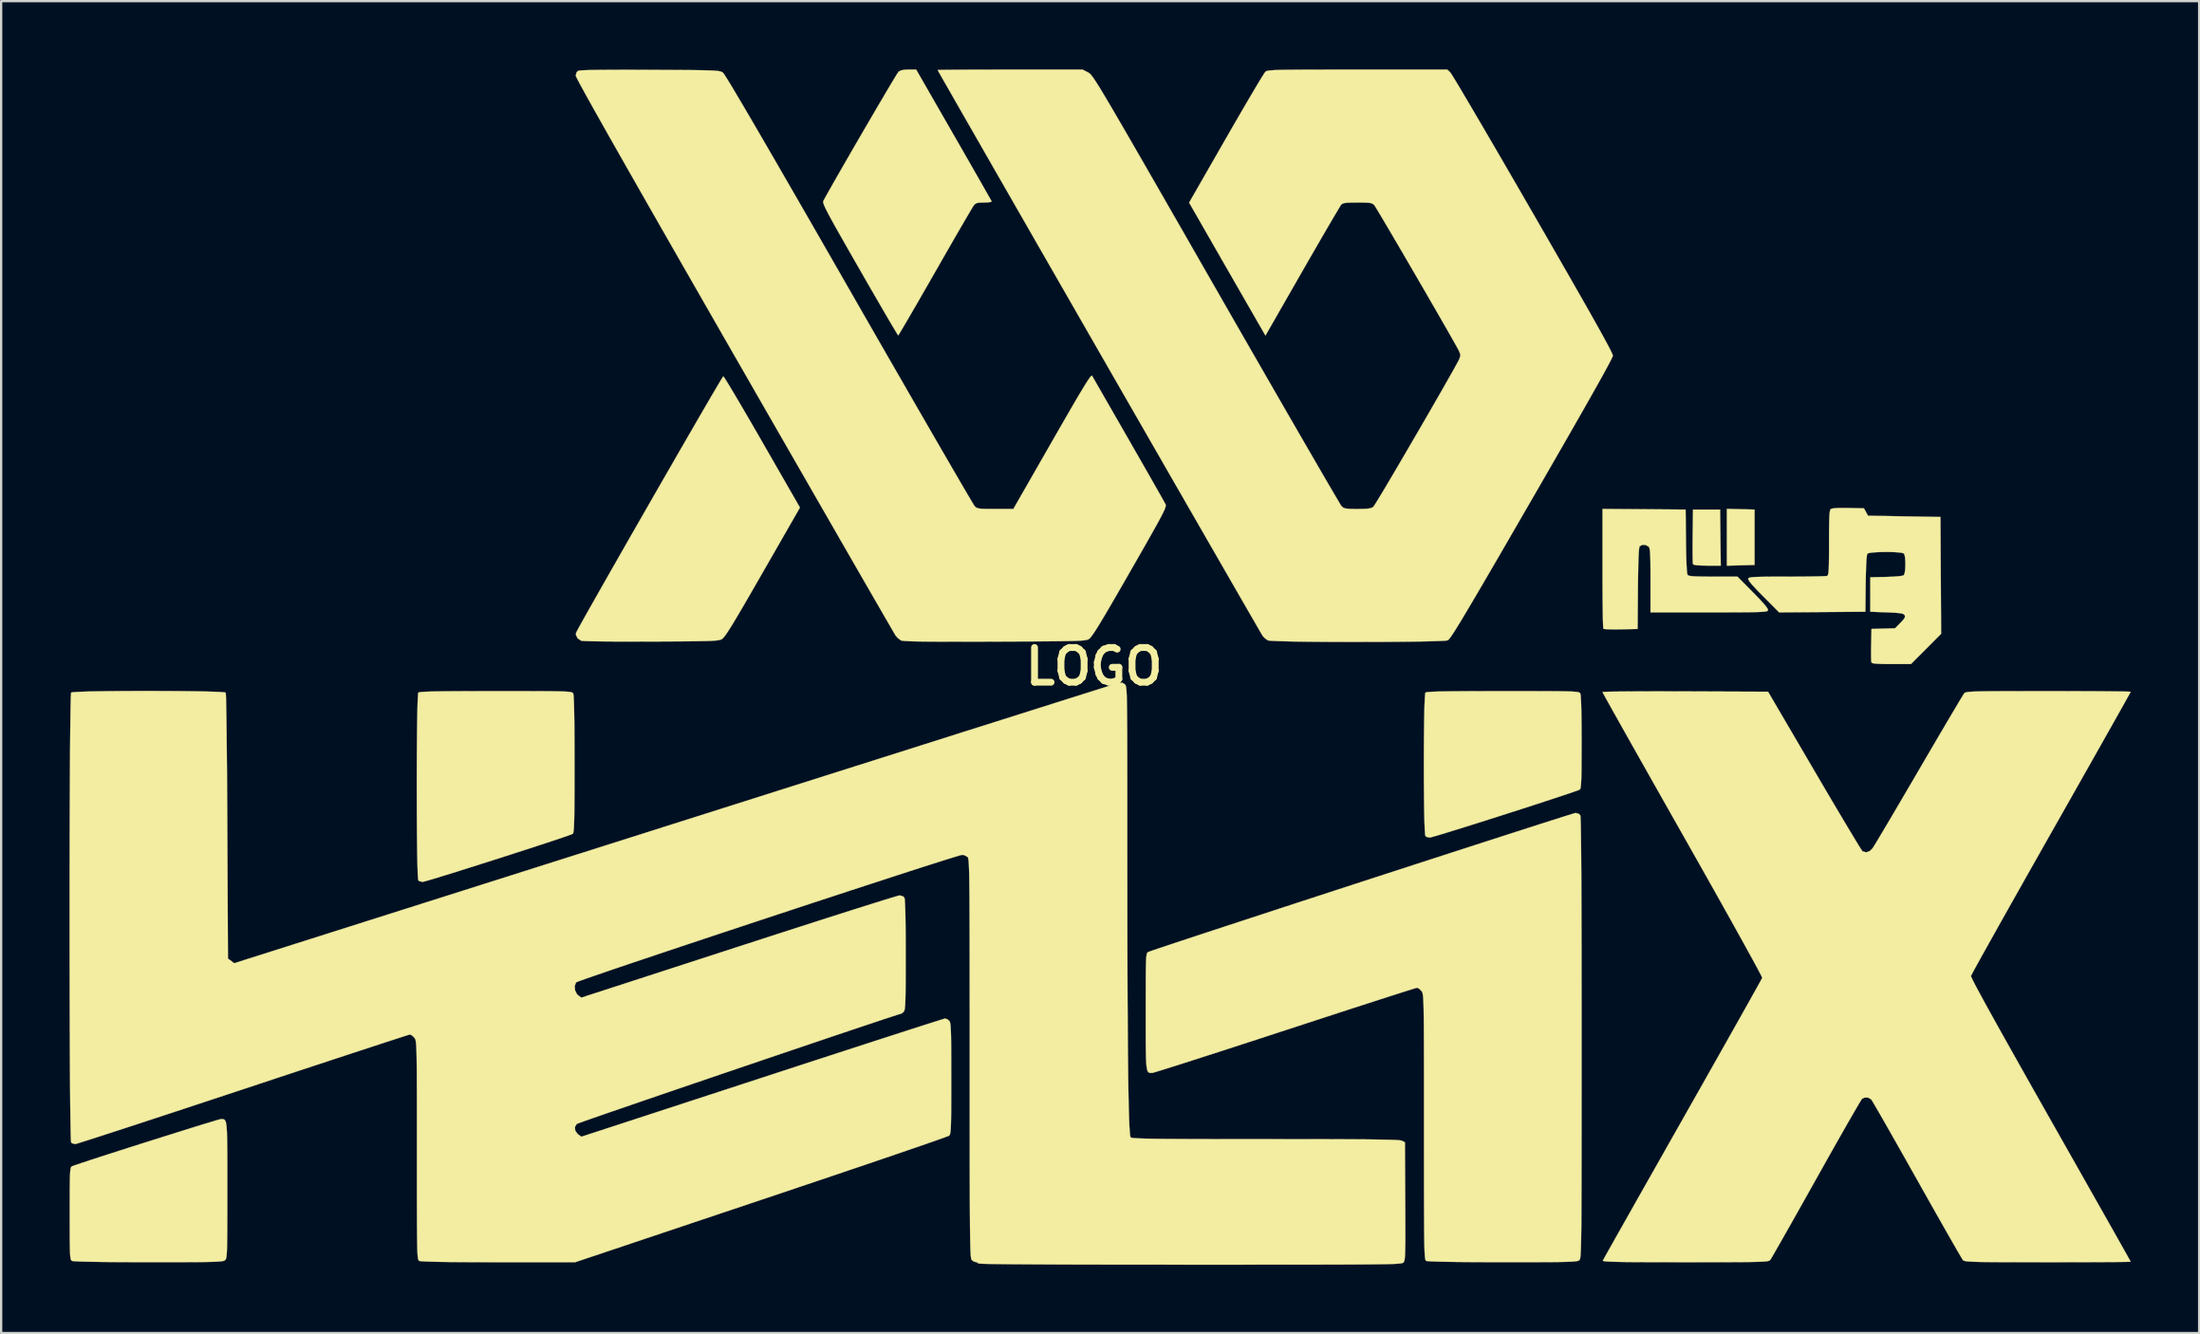
<source format=kicad_pcb>
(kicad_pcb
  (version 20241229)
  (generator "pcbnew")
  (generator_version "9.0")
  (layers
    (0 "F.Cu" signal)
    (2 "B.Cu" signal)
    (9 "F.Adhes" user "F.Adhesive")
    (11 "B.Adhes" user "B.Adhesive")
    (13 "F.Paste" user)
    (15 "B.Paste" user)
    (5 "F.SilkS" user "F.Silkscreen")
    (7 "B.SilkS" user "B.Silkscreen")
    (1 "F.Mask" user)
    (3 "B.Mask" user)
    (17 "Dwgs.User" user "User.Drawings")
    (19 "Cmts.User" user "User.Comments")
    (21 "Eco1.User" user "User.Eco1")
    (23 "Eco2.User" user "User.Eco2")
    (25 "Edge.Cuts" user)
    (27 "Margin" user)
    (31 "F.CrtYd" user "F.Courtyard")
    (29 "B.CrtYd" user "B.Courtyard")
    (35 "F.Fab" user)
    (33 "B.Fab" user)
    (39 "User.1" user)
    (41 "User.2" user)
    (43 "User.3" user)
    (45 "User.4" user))
  (footprint "LOGO"
    (layer "F.Cu")
    (at 44.974 26.216)
    (property "Reference" "LOGO" (at 0 0 0) (layer "F.SilkS") (effects (font (size 1.524 1.524) (thickness 0.3))))
    (attr through_hole)
    (fp_poly (pts (xy 28.386 -6.906) (xy 28.994 -6.89) (xy 28.994 -4.459) (xy 28.386 -4.443) (xy 27.778 -4.428) (xy 27.778 -6.921) (xy 28.386 -6.906)) (stroke (width 0.01) (type solid)) (fill yes) (layer "F.SilkS"))
    (fp_poly (pts (xy 27.495 -5.661) (xy 27.51 -4.431) (xy 26.913 -4.431) (xy 26.625 -4.436) (xy 26.432 -4.449) (xy 26.324 -4.472) (xy 26.289 -4.5) (xy 26.282 -4.573) (xy 26.277 -4.737) (xy 26.274 -4.975) (xy 26.273 -5.27) (xy 26.276 -5.606) (xy 26.277 -5.73) (xy 26.292 -6.89) (xy 27.481 -6.89) (xy 27.495 -5.661)) (stroke (width 0.01) (type solid)) (fill yes) (layer "F.SilkS"))
    (fp_poly (pts (xy 24.144 -6.905) (xy 25.967 -6.89) (xy 25.982 -5.49) (xy 25.989 -4.989) (xy 26.001 -4.59) (xy 26.015 -4.294) (xy 26.034 -4.103) (xy 26.055 -4.018) (xy 26.056 -4.017) (xy 26.103 -3.991) (xy 26.203 -3.971) (xy 26.367 -3.958) (xy 26.609 -3.95) (xy 26.939 -3.946) (xy 27.179 -3.945) (xy 28.243 -3.945) (xy 28.93 -3.25) (xy 29.198 -2.975) (xy 29.392 -2.765) (xy 29.516 -2.614) (xy 29.577 -2.515) (xy 29.584 -2.467) (xy 29.568 -2.446) (xy 29.533 -2.429) (xy 29.469 -2.415) (xy 29.366 -2.403) (xy 29.217 -2.395) (xy 29.012 -2.388) (xy 28.741 -2.384) (xy 28.397 -2.381) (xy 27.969 -2.379) (xy 27.45 -2.378) (xy 26.988 -2.378) (xy 24.427 -2.378) (xy 24.427 -3.779) (xy 24.426 -4.213) (xy 24.424 -4.552) (xy 24.418 -4.808) (xy 24.409 -4.993) (xy 24.396 -5.121) (xy 24.378 -5.203) (xy 24.354 -5.252) (xy 24.342 -5.265) (xy 24.213 -5.336) (xy 24.066 -5.342) (xy 23.95 -5.281) (xy 23.948 -5.278) (xy 23.929 -5.203) (xy 23.912 -5.028) (xy 23.898 -4.751) (xy 23.887 -4.37) (xy 23.879 -3.885) (xy 23.874 -3.427) (xy 23.86 -1.648) (xy 23.127 -1.633) (xy 22.856 -1.63) (xy 22.624 -1.633) (xy 22.453 -1.641) (xy 22.364 -1.652) (xy 22.357 -1.656) (xy 22.35 -1.716) (xy 22.343 -1.873) (xy 22.336 -2.118) (xy 22.331 -2.438) (xy 22.326 -2.824) (xy 22.323 -3.266) (xy 22.32 -3.751) (xy 22.32 -4.271) (xy 22.32 -4.306) (xy 22.32 -6.919) (xy 24.144 -6.905)) (stroke (width 0.01) (type solid)) (fill yes) (layer "F.SilkS"))
    (fp_poly (pts (xy -16.24 -12.7) (xy -16.157 -12.571) (xy -16.03 -12.364) (xy -15.863 -12.087) (xy -15.662 -11.748) (xy -15.431 -11.355) (xy -15.175 -10.916) (xy -14.898 -10.439) (xy -14.606 -9.931) (xy -14.57 -9.869) (xy -12.91 -6.979) (xy -14.541 -4.136) (xy -14.89 -3.529) (xy -15.19 -3.009) (xy -15.445 -2.57) (xy -15.66 -2.206) (xy -15.837 -1.909) (xy -15.982 -1.675) (xy -16.098 -1.495) (xy -16.189 -1.364) (xy -16.259 -1.274) (xy -16.313 -1.22) (xy -16.341 -1.201) (xy -16.385 -1.18) (xy -16.445 -1.163) (xy -16.53 -1.149) (xy -16.647 -1.137) (xy -16.806 -1.127) (xy -17.015 -1.119) (xy -17.284 -1.113) (xy -17.622 -1.108) (xy -18.037 -1.104) (xy -18.538 -1.101) (xy -19.134 -1.098) (xy -19.455 -1.097) (xy -20.012 -1.096) (xy -20.539 -1.096) (xy -21.025 -1.098) (xy -21.46 -1.101) (xy -21.834 -1.106) (xy -22.136 -1.112) (xy -22.356 -1.119) (xy -22.483 -1.127) (xy -22.511 -1.131) (xy -22.667 -1.238) (xy -22.741 -1.382) (xy -22.74 -1.472) (xy -22.71 -1.534) (xy -22.631 -1.681) (xy -22.506 -1.908) (xy -22.339 -2.206) (xy -22.135 -2.569) (xy -21.897 -2.989) (xy -21.63 -3.461) (xy -21.337 -3.976) (xy -21.022 -4.528) (xy -20.69 -5.11) (xy -20.345 -5.714) (xy -19.99 -6.334) (xy -19.629 -6.963) (xy -19.268 -7.593) (xy -18.909 -8.218) (xy -18.556 -8.83) (xy -18.215 -9.423) (xy -17.888 -9.989) (xy -17.58 -10.522) (xy -17.295 -11.015) (xy -17.036 -11.459) (xy -16.809 -11.85) (xy -16.616 -12.178) (xy -16.462 -12.438) (xy -16.351 -12.622) (xy -16.288 -12.724) (xy -16.274 -12.742) (xy -16.24 -12.7)) (stroke (width 0.01) (type solid)) (fill yes) (layer "F.SilkS"))
    (fp_poly (pts (xy -6.161 -23.34) (xy -5.867 -22.83) (xy -5.59 -22.346) (xy -5.334 -21.899) (xy -5.103 -21.495) (xy -4.903 -21.144) (xy -4.737 -20.853) (xy -4.611 -20.63) (xy -4.528 -20.484) (xy -4.495 -20.423) (xy -4.495 -20.422) (xy -4.534 -20.398) (xy -4.655 -20.38) (xy -4.828 -20.374) (xy -5.028 -20.369) (xy -5.152 -20.347) (xy -5.233 -20.299) (xy -5.279 -20.249) (xy -5.323 -20.18) (xy -5.415 -20.026) (xy -5.551 -19.795) (xy -5.726 -19.497) (xy -5.934 -19.139) (xy -6.17 -18.73) (xy -6.429 -18.279) (xy -6.707 -17.795) (xy -6.971 -17.332) (xy -7.259 -16.83) (xy -7.531 -16.357) (xy -7.782 -15.92) (xy -8.009 -15.529) (xy -8.205 -15.192) (xy -8.367 -14.916) (xy -8.489 -14.71) (xy -8.567 -14.582) (xy -8.596 -14.54) (xy -8.628 -14.585) (xy -8.708 -14.716) (xy -8.833 -14.925) (xy -8.997 -15.204) (xy -9.196 -15.545) (xy -9.425 -15.939) (xy -9.68 -16.38) (xy -9.956 -16.858) (xy -10.248 -17.367) (xy -10.285 -17.432) (xy -10.628 -18.029) (xy -10.919 -18.54) (xy -11.165 -18.972) (xy -11.367 -19.331) (xy -11.529 -19.625) (xy -11.657 -19.861) (xy -11.752 -20.045) (xy -11.819 -20.185) (xy -11.862 -20.287) (xy -11.885 -20.36) (xy -11.89 -20.409) (xy -11.882 -20.442) (xy -11.881 -20.444) (xy -11.786 -20.62) (xy -11.649 -20.864) (xy -11.477 -21.168) (xy -11.275 -21.522) (xy -11.05 -21.915) (xy -10.806 -22.338) (xy -10.551 -22.781) (xy -10.288 -23.234) (xy -10.025 -23.686) (xy -9.767 -24.128) (xy -9.521 -24.55) (xy -9.29 -24.942) (xy -9.082 -25.294) (xy -8.903 -25.596) (xy -8.757 -25.838) (xy -8.652 -26.011) (xy -8.592 -26.103) (xy -8.582 -26.116) (xy -8.465 -26.178) (xy -8.281 -26.207) (xy -8.141 -26.211) (xy -7.809 -26.211) (xy -6.161 -23.34)) (stroke (width 0.01) (type solid)) (fill yes) (layer "F.SilkS"))
    (fp_poly (pts (xy 18.634 1.081) (xy 19.218 1.081) (xy 19.709 1.082) (xy 20.117 1.084) (xy 20.449 1.087) (xy 20.713 1.092) (xy 20.917 1.098) (xy 21.07 1.105) (xy 21.179 1.115) (xy 21.253 1.127) (xy 21.299 1.142) (xy 21.326 1.16) (xy 21.342 1.18) (xy 21.345 1.185) (xy 21.361 1.271) (xy 21.374 1.46) (xy 21.385 1.748) (xy 21.393 2.13) (xy 21.398 2.603) (xy 21.401 3.162) (xy 21.401 3.313) (xy 21.4 3.848) (xy 21.398 4.284) (xy 21.395 4.632) (xy 21.389 4.901) (xy 21.38 5.101) (xy 21.369 5.242) (xy 21.355 5.333) (xy 21.337 5.385) (xy 21.324 5.401) (xy 21.259 5.429) (xy 21.101 5.486) (xy 20.862 5.569) (xy 20.551 5.673) (xy 20.181 5.796) (xy 19.762 5.933) (xy 19.304 6.083) (xy 18.818 6.24) (xy 18.316 6.401) (xy 17.807 6.564) (xy 17.303 6.725) (xy 16.814 6.88) (xy 16.352 7.025) (xy 15.927 7.158) (xy 15.549 7.275) (xy 15.23 7.372) (xy 14.98 7.446) (xy 14.81 7.494) (xy 14.732 7.512) (xy 14.73 7.512) (xy 14.605 7.484) (xy 14.548 7.447) (xy 14.534 7.38) (xy 14.521 7.216) (xy 14.51 6.968) (xy 14.5 6.647) (xy 14.492 6.266) (xy 14.486 5.835) (xy 14.482 5.368) (xy 14.479 4.875) (xy 14.478 4.368) (xy 14.479 3.86) (xy 14.481 3.362) (xy 14.485 2.886) (xy 14.491 2.444) (xy 14.498 2.048) (xy 14.507 1.709) (xy 14.518 1.439) (xy 14.53 1.25) (xy 14.544 1.154) (xy 14.548 1.146) (xy 14.589 1.132) (xy 14.686 1.119) (xy 14.845 1.109) (xy 15.071 1.101) (xy 15.372 1.094) (xy 15.752 1.089) (xy 16.218 1.085) (xy 16.776 1.082) (xy 17.431 1.081) (xy 17.951 1.081) (xy 18.634 1.081)) (stroke (width 0.01) (type solid)) (fill yes) (layer "F.SilkS"))
    (fp_poly (pts (xy -38.219 19.878) (xy -38.176 19.895) (xy -38.142 19.933) (xy -38.113 20) (xy -38.092 20.105) (xy -38.075 20.256) (xy -38.063 20.46) (xy -38.055 20.727) (xy -38.05 21.064) (xy -38.047 21.479) (xy -38.046 21.981) (xy -38.046 22.577) (xy -38.046 22.993) (xy -38.046 23.638) (xy -38.047 24.183) (xy -38.048 24.638) (xy -38.051 25.01) (xy -38.054 25.309) (xy -38.06 25.543) (xy -38.067 25.72) (xy -38.077 25.85) (xy -38.088 25.94) (xy -38.103 26.001) (xy -38.121 26.039) (xy -38.142 26.064) (xy -38.145 26.067) (xy -38.173 26.086) (xy -38.218 26.102) (xy -38.289 26.115) (xy -38.392 26.126) (xy -38.538 26.135) (xy -38.734 26.142) (xy -38.987 26.147) (xy -39.307 26.151) (xy -39.7 26.153) (xy -40.177 26.155) (xy -40.744 26.155) (xy -41.41 26.155) (xy -41.509 26.155) (xy -42.269 26.154) (xy -42.936 26.151) (xy -43.509 26.146) (xy -43.984 26.139) (xy -44.361 26.131) (xy -44.635 26.121) (xy -44.806 26.11) (xy -44.869 26.098) (xy -44.893 26.077) (xy -44.913 26.04) (xy -44.929 25.974) (xy -44.941 25.871) (xy -44.95 25.719) (xy -44.956 25.509) (xy -44.96 25.229) (xy -44.962 24.87) (xy -44.963 24.421) (xy -44.963 24.021) (xy -44.963 23.498) (xy -44.962 23.073) (xy -44.959 22.736) (xy -44.955 22.475) (xy -44.948 22.281) (xy -44.938 22.143) (xy -44.925 22.051) (xy -44.909 21.994) (xy -44.888 21.963) (xy -44.869 21.949) (xy -44.791 21.919) (xy -44.622 21.86) (xy -44.374 21.777) (xy -44.055 21.672) (xy -43.679 21.549) (xy -43.254 21.412) (xy -42.793 21.264) (xy -42.306 21.108) (xy -41.803 20.948) (xy -41.297 20.788) (xy -40.796 20.63) (xy -40.313 20.478) (xy -39.859 20.335) (xy -39.443 20.206) (xy -39.077 20.093) (xy -38.772 20) (xy -38.538 19.93) (xy -38.387 19.888) (xy -38.33 19.875) (xy -38.27 19.874) (xy -38.219 19.878)) (stroke (width 0.01) (type solid)) (fill yes) (layer "F.SilkS"))
    (fp_poly (pts (xy -25.572 1.081) (xy -24.989 1.081) (xy -24.497 1.082) (xy -24.09 1.084) (xy -23.758 1.087) (xy -23.494 1.092) (xy -23.29 1.098) (xy -23.137 1.105) (xy -23.028 1.115) (xy -22.954 1.127) (xy -22.908 1.142) (xy -22.881 1.16) (xy -22.865 1.18) (xy -22.862 1.185) (xy -22.848 1.267) (xy -22.836 1.454) (xy -22.826 1.747) (xy -22.818 2.143) (xy -22.812 2.641) (xy -22.808 3.239) (xy -22.806 3.935) (xy -22.806 4.286) (xy -22.806 4.945) (xy -22.807 5.503) (xy -22.81 5.969) (xy -22.813 6.351) (xy -22.818 6.658) (xy -22.825 6.896) (xy -22.833 7.075) (xy -22.844 7.201) (xy -22.856 7.284) (xy -22.871 7.331) (xy -22.883 7.346) (xy -22.948 7.375) (xy -23.106 7.432) (xy -23.345 7.514) (xy -23.655 7.619) (xy -24.025 7.741) (xy -24.445 7.879) (xy -24.903 8.028) (xy -25.388 8.185) (xy -25.891 8.347) (xy -26.4 8.51) (xy -26.904 8.67) (xy -27.392 8.825) (xy -27.855 8.971) (xy -28.28 9.104) (xy -28.658 9.221) (xy -28.977 9.318) (xy -29.227 9.392) (xy -29.396 9.44) (xy -29.475 9.457) (xy -29.477 9.457) (xy -29.602 9.429) (xy -29.659 9.393) (xy -29.671 9.327) (xy -29.683 9.163) (xy -29.693 8.912) (xy -29.702 8.584) (xy -29.71 8.189) (xy -29.716 7.737) (xy -29.721 7.239) (xy -29.725 6.704) (xy -29.727 6.144) (xy -29.729 5.568) (xy -29.729 4.987) (xy -29.728 4.411) (xy -29.725 3.85) (xy -29.721 3.315) (xy -29.716 2.815) (xy -29.71 2.362) (xy -29.702 1.965) (xy -29.693 1.634) (xy -29.683 1.381) (xy -29.672 1.215) (xy -29.659 1.146) (xy -29.659 1.146) (xy -29.617 1.132) (xy -29.521 1.119) (xy -29.362 1.109) (xy -29.135 1.101) (xy -28.835 1.094) (xy -28.455 1.089) (xy -27.989 1.085) (xy -27.431 1.082) (xy -26.775 1.081) (xy -26.256 1.081) (xy -25.572 1.081)) (stroke (width 0.01) (type solid)) (fill yes) (layer "F.SilkS"))
    (fp_poly (pts (xy 33.104 -6.96) (xy 33.795 -6.944) (xy 33.885 -6.782) (xy 33.974 -6.62) (xy 35.564 -6.593) (xy 37.154 -6.566) (xy 37.168 -4) (xy 37.182 -1.435) (xy 36.521 -0.771) (xy 35.859 -0.108) (xy 35.005 -0.108) (xy 34.663 -0.11) (xy 34.416 -0.118) (xy 34.253 -0.131) (xy 34.159 -0.151) (xy 34.124 -0.178) (xy 34.115 -0.257) (xy 34.11 -0.42) (xy 34.109 -0.646) (xy 34.112 -0.911) (xy 34.113 -0.949) (xy 34.128 -1.648) (xy 34.645 -1.664) (xy 35.163 -1.679) (xy 35.401 -1.922) (xy 35.532 -2.063) (xy 35.592 -2.157) (xy 35.595 -2.227) (xy 35.58 -2.258) (xy 35.54 -2.297) (xy 35.466 -2.325) (xy 35.339 -2.346) (xy 35.143 -2.362) (xy 34.859 -2.376) (xy 34.798 -2.378) (xy 34.074 -2.405) (xy 34.074 -3.918) (xy 34.773 -3.933) (xy 35.058 -3.944) (xy 35.295 -3.961) (xy 35.464 -3.983) (xy 35.543 -4.007) (xy 35.581 -4.092) (xy 35.605 -4.251) (xy 35.615 -4.449) (xy 35.611 -4.653) (xy 35.594 -4.829) (xy 35.561 -4.944) (xy 35.549 -4.961) (xy 35.467 -4.99) (xy 35.302 -5.011) (xy 35.081 -5.025) (xy 34.828 -5.03) (xy 34.567 -5.027) (xy 34.323 -5.017) (xy 34.121 -5) (xy 33.986 -4.975) (xy 33.946 -4.954) (xy 33.924 -4.872) (xy 33.905 -4.685) (xy 33.89 -4.398) (xy 33.878 -4.016) (xy 33.872 -3.644) (xy 33.858 -2.405) (xy 31.966 -2.391) (xy 30.074 -2.377) (xy 29.378 -3.075) (xy 29.103 -3.355) (xy 28.904 -3.57) (xy 28.777 -3.724) (xy 28.718 -3.822) (xy 28.714 -3.859) (xy 28.733 -3.883) (xy 28.778 -3.903) (xy 28.859 -3.918) (xy 28.987 -3.929) (xy 29.174 -3.936) (xy 29.43 -3.941) (xy 29.768 -3.944) (xy 30.197 -3.945) (xy 30.42 -3.945) (xy 30.838 -3.946) (xy 31.223 -3.949) (xy 31.561 -3.954) (xy 31.839 -3.959) (xy 32.043 -3.967) (xy 32.159 -3.974) (xy 32.178 -3.978) (xy 32.204 -3.999) (xy 32.224 -4.047) (xy 32.239 -4.134) (xy 32.25 -4.273) (xy 32.257 -4.476) (xy 32.261 -4.754) (xy 32.263 -5.12) (xy 32.263 -5.43) (xy 32.264 -5.876) (xy 32.268 -6.224) (xy 32.274 -6.488) (xy 32.284 -6.677) (xy 32.298 -6.804) (xy 32.317 -6.879) (xy 32.338 -6.912) (xy 32.434 -6.942) (xy 32.634 -6.959) (xy 32.939 -6.962) (xy 33.104 -6.96)) (stroke (width 0.01) (type solid)) (fill yes) (layer "F.SilkS"))
    (fp_poly (pts (xy -20.004 -26.201) (xy -19.487 -26.198) (xy -18.836 -26.195) (xy -18.285 -26.192) (xy -17.823 -26.189) (xy -17.444 -26.185) (xy -17.138 -26.18) (xy -16.897 -26.174) (xy -16.711 -26.166) (xy -16.572 -26.156) (xy -16.472 -26.144) (xy -16.401 -26.129) (xy -16.35 -26.111) (xy -16.312 -26.09) (xy -16.286 -26.071) (xy -16.238 -26.008) (xy -16.137 -25.85) (xy -15.982 -25.599) (xy -15.775 -25.254) (xy -15.515 -24.815) (xy -15.202 -24.282) (xy -14.836 -23.655) (xy -14.417 -22.934) (xy -13.945 -22.12) (xy -13.421 -21.212) (xy -12.843 -20.21) (xy -12.213 -19.115) (xy -11.53 -17.926) (xy -10.795 -16.643) (xy -10.747 -16.561) (xy -10.212 -15.627) (xy -9.69 -14.718) (xy -9.184 -13.837) (xy -8.696 -12.99) (xy -8.23 -12.18) (xy -7.788 -11.412) (xy -7.372 -10.692) (xy -6.985 -10.022) (xy -6.63 -9.409) (xy -6.309 -8.855) (xy -6.025 -8.367) (xy -5.781 -7.947) (xy -5.579 -7.602) (xy -5.421 -7.335) (xy -5.311 -7.151) (xy -5.251 -7.054) (xy -5.241 -7.041) (xy -5.19 -6.993) (xy -5.13 -6.959) (xy -5.042 -6.937) (xy -4.909 -6.925) (xy -4.711 -6.92) (xy -4.429 -6.919) (xy -4.331 -6.919) (xy -3.54 -6.92) (xy -1.839 -9.89) (xy -1.483 -10.51) (xy -1.177 -11.041) (xy -0.917 -11.49) (xy -0.7 -11.86) (xy -0.521 -12.159) (xy -0.379 -12.392) (xy -0.269 -12.564) (xy -0.188 -12.681) (xy -0.132 -12.749) (xy -0.099 -12.773) (xy -0.087 -12.767) (xy -0.051 -12.704) (xy 0.033 -12.556) (xy 0.162 -12.331) (xy 0.33 -12.039) (xy 0.531 -11.687) (xy 0.762 -11.285) (xy 1.017 -10.841) (xy 1.291 -10.364) (xy 1.522 -9.962) (xy 1.808 -9.462) (xy 2.079 -8.989) (xy 2.331 -8.549) (xy 2.557 -8.152) (xy 2.754 -7.806) (xy 2.915 -7.521) (xy 3.037 -7.305) (xy 3.113 -7.167) (xy 3.139 -7.119) (xy 3.148 -7.085) (xy 3.144 -7.038) (xy 3.126 -6.97) (xy 3.088 -6.874) (xy 3.026 -6.744) (xy 2.938 -6.571) (xy 2.819 -6.349) (xy 2.665 -6.071) (xy 2.473 -5.729) (xy 2.239 -5.316) (xy 1.959 -4.826) (xy 1.629 -4.25) (xy 1.566 -4.14) (xy 1.217 -3.532) (xy 0.916 -3.012) (xy 0.661 -2.572) (xy 0.446 -2.208) (xy 0.268 -1.911) (xy 0.123 -1.676) (xy 0.007 -1.496) (xy -0.084 -1.365) (xy -0.154 -1.275) (xy -0.208 -1.22) (xy -0.236 -1.201) (xy -0.275 -1.183) (xy -0.328 -1.168) (xy -0.402 -1.154) (xy -0.506 -1.143) (xy -0.646 -1.133) (xy -0.83 -1.125) (xy -1.066 -1.119) (xy -1.361 -1.113) (xy -1.723 -1.109) (xy -2.159 -1.105) (xy -2.677 -1.101) (xy -3.284 -1.099) (xy -3.987 -1.096) (xy -4.377 -1.094) (xy -5.167 -1.092) (xy -5.855 -1.091) (xy -6.447 -1.091) (xy -6.949 -1.093) (xy -7.368 -1.096) (xy -7.71 -1.1) (xy -7.981 -1.106) (xy -8.187 -1.114) (xy -8.335 -1.124) (xy -8.43 -1.135) (xy -8.479 -1.148) (xy -8.479 -1.148) (xy -8.609 -1.245) (xy -8.705 -1.351) (xy -8.74 -1.409) (xy -8.827 -1.557) (xy -8.962 -1.791) (xy -9.145 -2.107) (xy -9.372 -2.5) (xy -9.642 -2.968) (xy -9.952 -3.505) (xy -10.3 -4.109) (xy -10.683 -4.775) (xy -11.1 -5.499) (xy -11.547 -6.277) (xy -12.023 -7.105) (xy -12.526 -7.98) (xy -13.053 -8.897) (xy -13.602 -9.852) (xy -14.171 -10.842) (xy -14.757 -11.862) (xy -15.357 -12.909) (xy -15.777 -13.639) (xy -16.6 -15.074) (xy -17.369 -16.417) (xy -18.086 -17.667) (xy -18.749 -18.826) (xy -19.36 -19.895) (xy -19.918 -20.874) (xy -20.425 -21.764) (xy -20.881 -22.567) (xy -21.286 -23.281) (xy -21.641 -23.91) (xy -21.946 -24.452) (xy -22.201 -24.909) (xy -22.407 -25.283) (xy -22.565 -25.572) (xy -22.675 -25.779) (xy -22.736 -25.904) (xy -22.752 -25.946) (xy -22.712 -26.095) (xy -22.645 -26.156) (xy -22.568 -26.17) (xy -22.394 -26.181) (xy -22.121 -26.19) (xy -21.747 -26.196) (xy -21.27 -26.2) (xy -20.69 -26.202) (xy -20.004 -26.201)) (stroke (width 0.01) (type solid)) (fill yes) (layer "F.SilkS"))
    (fp_poly (pts (xy 21.284 6.471) (xy 21.345 6.536) (xy 21.353 6.6) (xy 21.36 6.762) (xy 21.367 7.022) (xy 21.373 7.382) (xy 21.378 7.842) (xy 21.383 8.403) (xy 21.388 9.066) (xy 21.391 9.832) (xy 21.394 10.701) (xy 21.397 11.674) (xy 21.399 12.752) (xy 21.4 13.936) (xy 21.401 15.227) (xy 21.401 16.309) (xy 21.401 17.509) (xy 21.401 18.606) (xy 21.4 19.603) (xy 21.4 20.507) (xy 21.399 21.322) (xy 21.398 22.052) (xy 21.397 22.702) (xy 21.395 23.277) (xy 21.393 23.782) (xy 21.391 24.221) (xy 21.388 24.598) (xy 21.384 24.919) (xy 21.38 25.189) (xy 21.375 25.411) (xy 21.369 25.592) (xy 21.362 25.734) (xy 21.355 25.844) (xy 21.347 25.926) (xy 21.338 25.984) (xy 21.328 26.023) (xy 21.317 26.048) (xy 21.305 26.064) (xy 21.302 26.067) (xy 21.274 26.086) (xy 21.229 26.102) (xy 21.158 26.115) (xy 21.054 26.126) (xy 20.909 26.135) (xy 20.713 26.142) (xy 20.46 26.147) (xy 20.14 26.151) (xy 19.746 26.153) (xy 19.27 26.155) (xy 18.703 26.155) (xy 18.037 26.155) (xy 17.938 26.155) (xy 17.178 26.154) (xy 16.511 26.151) (xy 15.938 26.146) (xy 15.462 26.139) (xy 15.086 26.131) (xy 14.812 26.121) (xy 14.641 26.11) (xy 14.578 26.098) (xy 14.563 26.085) (xy 14.55 26.06) (xy 14.538 26.016) (xy 14.528 25.949) (xy 14.519 25.852) (xy 14.511 25.718) (xy 14.505 25.542) (xy 14.499 25.318) (xy 14.495 25.039) (xy 14.491 24.701) (xy 14.489 24.296) (xy 14.487 23.818) (xy 14.485 23.262) (xy 14.484 22.622) (xy 14.484 21.891) (xy 14.483 21.064) (xy 14.483 20.217) (xy 14.483 19.298) (xy 14.483 18.481) (xy 14.483 17.759) (xy 14.482 17.128) (xy 14.481 16.579) (xy 14.479 16.109) (xy 14.477 15.709) (xy 14.473 15.374) (xy 14.469 15.098) (xy 14.464 14.875) (xy 14.457 14.698) (xy 14.45 14.562) (xy 14.441 14.46) (xy 14.43 14.385) (xy 14.418 14.333) (xy 14.404 14.297) (xy 14.388 14.27) (xy 14.371 14.248) (xy 14.271 14.149) (xy 14.181 14.105) (xy 14.177 14.105) (xy 14.116 14.122) (xy 13.958 14.17) (xy 13.712 14.247) (xy 13.382 14.352) (xy 12.976 14.482) (xy 12.501 14.635) (xy 11.963 14.809) (xy 11.369 15.001) (xy 10.726 15.21) (xy 10.039 15.434) (xy 9.316 15.67) (xy 8.564 15.916) (xy 8.385 15.974) (xy 7.626 16.222) (xy 6.894 16.461) (xy 6.196 16.688) (xy 5.54 16.901) (xy 4.93 17.098) (xy 4.375 17.276) (xy 3.881 17.434) (xy 3.455 17.57) (xy 3.103 17.681) (xy 2.832 17.765) (xy 2.649 17.82) (xy 2.56 17.845) (xy 2.554 17.845) (xy 2.49 17.846) (xy 2.436 17.841) (xy 2.392 17.82) (xy 2.356 17.776) (xy 2.328 17.699) (xy 2.307 17.58) (xy 2.292 17.41) (xy 2.281 17.182) (xy 2.275 16.885) (xy 2.271 16.512) (xy 2.27 16.053) (xy 2.27 15.499) (xy 2.27 15.154) (xy 2.27 14.562) (xy 2.271 14.069) (xy 2.272 13.665) (xy 2.275 13.342) (xy 2.279 13.09) (xy 2.286 12.899) (xy 2.295 12.761) (xy 2.306 12.666) (xy 2.321 12.605) (xy 2.339 12.569) (xy 2.361 12.548) (xy 2.376 12.539) (xy 2.446 12.512) (xy 2.612 12.454) (xy 2.868 12.367) (xy 3.207 12.254) (xy 3.624 12.115) (xy 4.111 11.954) (xy 4.663 11.771) (xy 5.273 11.571) (xy 5.936 11.353) (xy 6.644 11.121) (xy 7.392 10.876) (xy 8.172 10.62) (xy 8.98 10.356) (xy 9.809 10.086) (xy 10.652 9.811) (xy 11.503 9.534) (xy 12.356 9.256) (xy 13.205 8.98) (xy 14.043 8.708) (xy 14.864 8.442) (xy 15.662 8.183) (xy 16.43 7.935) (xy 17.163 7.698) (xy 17.853 7.475) (xy 18.496 7.268) (xy 19.083 7.079) (xy 19.61 6.91) (xy 20.07 6.763) (xy 20.456 6.641) (xy 20.762 6.544) (xy 20.983 6.476) (xy 21.111 6.438) (xy 21.142 6.431) (xy 21.284 6.471)) (stroke (width 0.01) (type solid)) (fill yes) (layer "F.SilkS"))
    (fp_poly (pts (xy 42.505 1.081) (xy 43.086 1.083) (xy 43.626 1.085) (xy 44.115 1.087) (xy 44.544 1.091) (xy 44.905 1.095) (xy 45.189 1.099) (xy 45.387 1.104) (xy 45.491 1.109) (xy 45.504 1.111) (xy 45.478 1.161) (xy 45.401 1.3) (xy 45.278 1.521) (xy 45.11 1.82) (xy 44.902 2.19) (xy 44.656 2.627) (xy 44.375 3.125) (xy 44.063 3.678) (xy 43.723 4.281) (xy 43.357 4.928) (xy 42.969 5.614) (xy 42.562 6.333) (xy 42.139 7.08) (xy 42.009 7.309) (xy 41.581 8.065) (xy 41.168 8.796) (xy 40.772 9.496) (xy 40.398 10.16) (xy 40.048 10.782) (xy 39.725 11.357) (xy 39.433 11.879) (xy 39.174 12.342) (xy 38.952 12.741) (xy 38.77 13.07) (xy 38.631 13.324) (xy 38.538 13.497) (xy 38.495 13.582) (xy 38.492 13.59) (xy 38.515 13.656) (xy 38.591 13.814) (xy 38.721 14.064) (xy 38.905 14.406) (xy 39.142 14.841) (xy 39.434 15.369) (xy 39.779 15.989) (xy 40.178 16.702) (xy 40.631 17.508) (xy 41.138 18.408) (xy 41.699 19.4) (xy 41.987 19.909) (xy 42.415 20.665) (xy 42.829 21.395) (xy 43.224 22.094) (xy 43.598 22.755) (xy 43.948 23.374) (xy 44.271 23.944) (xy 44.563 24.461) (xy 44.821 24.919) (xy 45.043 25.313) (xy 45.225 25.636) (xy 45.364 25.883) (xy 45.457 26.05) (xy 45.501 26.129) (xy 45.504 26.136) (xy 45.451 26.139) (xy 45.299 26.143) (xy 45.057 26.146) (xy 44.733 26.149) (xy 44.336 26.151) (xy 43.876 26.153) (xy 43.36 26.155) (xy 42.797 26.156) (xy 42.198 26.157) (xy 41.864 26.157) (xy 41.146 26.156) (xy 40.529 26.156) (xy 40.004 26.155) (xy 39.563 26.153) (xy 39.2 26.15) (xy 38.907 26.146) (xy 38.675 26.14) (xy 38.497 26.133) (xy 38.365 26.124) (xy 38.271 26.113) (xy 38.209 26.1) (xy 38.169 26.085) (xy 38.145 26.066) (xy 38.14 26.062) (xy 38.101 26) (xy 38.013 25.852) (xy 37.88 25.625) (xy 37.709 25.326) (xy 37.502 24.964) (xy 37.264 24.546) (xy 36.999 24.079) (xy 36.712 23.572) (xy 36.408 23.033) (xy 36.129 22.536) (xy 35.812 21.973) (xy 35.51 21.437) (xy 35.225 20.934) (xy 34.964 20.473) (xy 34.729 20.061) (xy 34.526 19.706) (xy 34.358 19.416) (xy 34.231 19.197) (xy 34.148 19.059) (xy 34.116 19.009) (xy 33.976 18.927) (xy 33.813 18.93) (xy 33.713 18.982) (xy 33.673 19.04) (xy 33.585 19.184) (xy 33.454 19.407) (xy 33.283 19.702) (xy 33.076 20.061) (xy 32.839 20.477) (xy 32.575 20.942) (xy 32.289 21.448) (xy 31.986 21.988) (xy 31.694 22.509) (xy 31.377 23.074) (xy 31.075 23.613) (xy 30.79 24.118) (xy 30.529 24.581) (xy 30.294 24.996) (xy 30.091 25.353) (xy 29.923 25.646) (xy 29.796 25.868) (xy 29.712 26.009) (xy 29.679 26.062) (xy 29.657 26.081) (xy 29.623 26.097) (xy 29.567 26.11) (xy 29.482 26.122) (xy 29.36 26.131) (xy 29.194 26.139) (xy 28.976 26.144) (xy 28.698 26.149) (xy 28.352 26.152) (xy 27.931 26.154) (xy 27.427 26.156) (xy 26.832 26.156) (xy 26.138 26.157) (xy 25.953 26.157) (xy 25.22 26.156) (xy 24.587 26.155) (xy 24.049 26.153) (xy 23.599 26.151) (xy 23.23 26.147) (xy 22.935 26.141) (xy 22.707 26.135) (xy 22.54 26.127) (xy 22.427 26.117) (xy 22.361 26.105) (xy 22.336 26.092) (xy 22.335 26.085) (xy 22.365 26.03) (xy 22.445 25.887) (xy 22.571 25.661) (xy 22.742 25.357) (xy 22.953 24.982) (xy 23.202 24.541) (xy 23.485 24.04) (xy 23.799 23.483) (xy 24.141 22.878) (xy 24.509 22.229) (xy 24.898 21.541) (xy 25.305 20.822) (xy 25.728 20.075) (xy 25.835 19.886) (xy 26.261 19.133) (xy 26.673 18.406) (xy 27.066 17.71) (xy 27.439 17.049) (xy 27.788 16.431) (xy 28.109 15.861) (xy 28.4 15.344) (xy 28.657 14.886) (xy 28.877 14.492) (xy 29.058 14.169) (xy 29.195 13.921) (xy 29.286 13.755) (xy 29.328 13.676) (xy 29.33 13.67) (xy 29.307 13.613) (xy 29.233 13.468) (xy 29.112 13.24) (xy 28.947 12.935) (xy 28.74 12.558) (xy 28.496 12.114) (xy 28.216 11.61) (xy 27.905 11.051) (xy 27.565 10.443) (xy 27.199 9.79) (xy 26.81 9.099) (xy 26.402 8.376) (xy 25.978 7.625) (xy 25.836 7.375) (xy 25.408 6.618) (xy 24.994 5.887) (xy 24.599 5.188) (xy 24.225 4.525) (xy 23.875 3.905) (xy 23.552 3.332) (xy 23.26 2.813) (xy 23.002 2.353) (xy 22.78 1.958) (xy 22.598 1.632) (xy 22.459 1.382) (xy 22.366 1.213) (xy 22.323 1.131) (xy 22.32 1.123) (xy 22.372 1.116) (xy 22.524 1.11) (xy 22.766 1.104) (xy 23.09 1.1) (xy 23.487 1.096) (xy 23.947 1.094) (xy 24.463 1.092) (xy 25.025 1.092) (xy 25.625 1.093) (xy 25.953 1.094) (xy 29.586 1.108) (xy 31.623 4.588) (xy 31.953 5.15) (xy 32.268 5.686) (xy 32.564 6.187) (xy 32.837 6.646) (xy 33.081 7.056) (xy 33.294 7.41) (xy 33.469 7.7) (xy 33.604 7.919) (xy 33.693 8.059) (xy 33.732 8.113) (xy 33.732 8.113) (xy 33.893 8.16) (xy 34.053 8.103) (xy 34.172 7.985) (xy 34.221 7.909) (xy 34.32 7.749) (xy 34.463 7.51) (xy 34.646 7.203) (xy 34.865 6.834) (xy 35.114 6.412) (xy 35.389 5.944) (xy 35.685 5.439) (xy 35.998 4.905) (xy 36.211 4.54) (xy 36.53 3.993) (xy 36.835 3.473) (xy 37.12 2.986) (xy 37.382 2.541) (xy 37.616 2.145) (xy 37.817 1.806) (xy 37.98 1.531) (xy 38.102 1.33) (xy 38.177 1.208) (xy 38.199 1.175) (xy 38.22 1.157) (xy 38.255 1.141) (xy 38.311 1.127) (xy 38.396 1.116) (xy 38.518 1.106) (xy 38.685 1.099) (xy 38.904 1.093) (xy 39.184 1.088) (xy 39.531 1.085) (xy 39.954 1.083) (xy 40.46 1.082) (xy 41.057 1.081) (xy 41.754 1.081) (xy 41.891 1.081) (xy 42.505 1.081)) (stroke (width 0.01) (type solid)) (fill yes) (layer "F.SilkS"))
    (fp_poly (pts (xy -0.27 -26.089) (xy -0.242 -26.074) (xy -0.212 -26.055) (xy -0.181 -26.028) (xy -0.144 -25.991) (xy -0.1 -25.938) (xy -0.046 -25.866) (xy 0.02 -25.771) (xy 0.099 -25.649) (xy 0.196 -25.497) (xy 0.311 -25.31) (xy 0.447 -25.084) (xy 0.606 -24.816) (xy 0.791 -24.503) (xy 1.003 -24.139) (xy 1.246 -23.721) (xy 1.522 -23.245) (xy 1.832 -22.708) (xy 2.179 -22.105) (xy 2.566 -21.432) (xy 2.994 -20.687) (xy 3.466 -19.864) (xy 3.985 -18.96) (xy 4.551 -17.971) (xy 5.169 -16.893) (xy 5.357 -16.566) (xy 5.892 -15.632) (xy 6.414 -14.722) (xy 6.92 -13.841) (xy 7.408 -12.993) (xy 7.874 -12.183) (xy 8.316 -11.416) (xy 8.732 -10.695) (xy 9.119 -10.025) (xy 9.474 -9.411) (xy 9.795 -8.857) (xy 10.079 -8.368) (xy 10.323 -7.949) (xy 10.525 -7.603) (xy 10.683 -7.336) (xy 10.793 -7.151) (xy 10.853 -7.054) (xy 10.863 -7.041) (xy 10.925 -6.986) (xy 10.997 -6.95) (xy 11.105 -6.93) (xy 11.27 -6.92) (xy 11.516 -6.917) (xy 11.565 -6.917) (xy 11.839 -6.921) (xy 12.027 -6.932) (xy 12.151 -6.955) (xy 12.233 -6.992) (xy 12.26 -7.012) (xy 12.303 -7.072) (xy 12.394 -7.216) (xy 12.528 -7.435) (xy 12.699 -7.719) (xy 12.902 -8.06) (xy 13.131 -8.448) (xy 13.381 -8.873) (xy 13.646 -9.326) (xy 13.921 -9.797) (xy 14.201 -10.278) (xy 14.48 -10.758) (xy 14.752 -11.229) (xy 15.012 -11.681) (xy 15.255 -12.104) (xy 15.475 -12.489) (xy 15.666 -12.827) (xy 15.824 -13.108) (xy 15.942 -13.323) (xy 16.016 -13.463) (xy 16.034 -13.502) (xy 16.076 -13.624) (xy 16.074 -13.724) (xy 16.022 -13.852) (xy 15.993 -13.907) (xy 15.921 -14.042) (xy 15.803 -14.252) (xy 15.646 -14.529) (xy 15.455 -14.863) (xy 15.236 -15.245) (xy 14.995 -15.665) (xy 14.736 -16.113) (xy 14.466 -16.58) (xy 14.189 -17.057) (xy 13.912 -17.534) (xy 13.64 -18.001) (xy 13.378 -18.449) (xy 13.132 -18.869) (xy 12.908 -19.25) (xy 12.711 -19.584) (xy 12.546 -19.861) (xy 12.42 -20.071) (xy 12.337 -20.206) (xy 12.305 -20.252) (xy 12.25 -20.305) (xy 12.183 -20.339) (xy 12.083 -20.36) (xy 11.927 -20.37) (xy 11.694 -20.374) (xy 11.564 -20.374) (xy 11.284 -20.372) (xy 11.092 -20.363) (xy 10.968 -20.345) (xy 10.891 -20.315) (xy 10.848 -20.279) (xy 10.807 -20.217) (xy 10.717 -20.068) (xy 10.583 -19.843) (xy 10.41 -19.549) (xy 10.203 -19.196) (xy 9.968 -18.79) (xy 9.709 -18.342) (xy 9.43 -17.859) (xy 9.143 -17.359) (xy 7.524 -14.533) (xy 6.738 -15.9) (xy 6.498 -16.318) (xy 6.22 -16.802) (xy 5.921 -17.323) (xy 5.617 -17.852) (xy 5.325 -18.361) (xy 5.064 -18.817) (xy 4.174 -20.368) (xy 5.794 -23.195) (xy 6.087 -23.704) (xy 6.366 -24.186) (xy 6.627 -24.634) (xy 6.864 -25.039) (xy 7.073 -25.392) (xy 7.248 -25.685) (xy 7.385 -25.909) (xy 7.479 -26.055) (xy 7.523 -26.116) (xy 7.549 -26.134) (xy 7.588 -26.15) (xy 7.648 -26.163) (xy 7.735 -26.174) (xy 7.858 -26.183) (xy 8.023 -26.191) (xy 8.239 -26.197) (xy 8.512 -26.202) (xy 8.851 -26.205) (xy 9.262 -26.208) (xy 9.753 -26.209) (xy 10.333 -26.21) (xy 11.007 -26.211) (xy 11.568 -26.211) (xy 15.504 -26.211) (xy 15.635 -26.089) (xy 15.678 -26.028) (xy 15.771 -25.879) (xy 15.912 -25.647) (xy 16.096 -25.339) (xy 16.321 -24.959) (xy 16.583 -24.515) (xy 16.879 -24.01) (xy 17.206 -23.451) (xy 17.56 -22.844) (xy 17.938 -22.194) (xy 18.337 -21.506) (xy 18.753 -20.788) (xy 19.183 -20.043) (xy 19.273 -19.888) (xy 19.813 -18.95) (xy 20.301 -18.101) (xy 20.739 -17.339) (xy 21.127 -16.66) (xy 21.47 -16.06) (xy 21.767 -15.535) (xy 22.022 -15.083) (xy 22.235 -14.7) (xy 22.411 -14.381) (xy 22.549 -14.125) (xy 22.652 -13.926) (xy 22.723 -13.782) (xy 22.762 -13.689) (xy 22.773 -13.646) (xy 22.747 -13.575) (xy 22.67 -13.419) (xy 22.542 -13.176) (xy 22.362 -12.846) (xy 22.13 -12.428) (xy 21.845 -11.923) (xy 21.508 -11.327) (xy 21.117 -10.643) (xy 20.673 -9.867) (xy 20.175 -9.001) (xy 19.623 -8.042) (xy 19.223 -7.35) (xy 18.699 -6.444) (xy 18.227 -5.627) (xy 17.803 -4.896) (xy 17.425 -4.245) (xy 17.09 -3.671) (xy 16.796 -3.169) (xy 16.54 -2.734) (xy 16.319 -2.363) (xy 16.132 -2.05) (xy 15.975 -1.793) (xy 15.846 -1.585) (xy 15.742 -1.424) (xy 15.66 -1.304) (xy 15.599 -1.221) (xy 15.555 -1.172) (xy 15.527 -1.151) (xy 15.442 -1.137) (xy 15.26 -1.125) (xy 14.992 -1.115) (xy 14.649 -1.105) (xy 14.24 -1.097) (xy 13.778 -1.091) (xy 13.273 -1.086) (xy 12.735 -1.082) (xy 12.175 -1.08) (xy 11.604 -1.079) (xy 11.032 -1.079) (xy 10.47 -1.081) (xy 9.93 -1.084) (xy 9.421 -1.089) (xy 8.954 -1.095) (xy 8.541 -1.103) (xy 8.191 -1.112) (xy 7.915 -1.122) (xy 7.725 -1.134) (xy 7.63 -1.147) (xy 7.625 -1.149) (xy 7.496 -1.245) (xy 7.399 -1.351) (xy 7.365 -1.408) (xy 7.28 -1.553) (xy 7.147 -1.783) (xy 6.969 -2.091) (xy 6.748 -2.474) (xy 6.487 -2.927) (xy 6.188 -3.445) (xy 5.856 -4.023) (xy 5.491 -4.656) (xy 5.097 -5.341) (xy 4.677 -6.071) (xy 4.233 -6.843) (xy 3.768 -7.652) (xy 3.284 -8.493) (xy 2.785 -9.362) (xy 2.273 -10.253) (xy 1.751 -11.162) (xy 1.221 -12.084) (xy 0.687 -13.014) (xy 0.15 -13.949) (xy -0.386 -14.882) (xy -0.918 -15.81) (xy -1.445 -16.728) (xy -1.963 -17.631) (xy -2.47 -18.513) (xy -2.962 -19.372) (xy -3.438 -20.201) (xy -3.894 -20.997) (xy -4.328 -21.753) (xy -4.737 -22.467) (xy -5.118 -23.133) (xy -5.469 -23.745) (xy -5.787 -24.301) (xy -6.07 -24.794) (xy -6.313 -25.221) (xy -6.516 -25.576) (xy -6.675 -25.854) (xy -6.787 -26.052) (xy -6.85 -26.164) (xy -6.863 -26.189) (xy -6.811 -26.193) (xy -6.66 -26.197) (xy -6.419 -26.2) (xy -6.099 -26.203) (xy -5.709 -26.206) (xy -5.258 -26.208) (xy -4.755 -26.209) (xy -4.21 -26.21) (xy -3.686 -26.211) (xy -0.509 -26.211) (xy -0.27 -26.089)) (stroke (width 0.01) (type solid)) (fill yes) (layer "F.SilkS"))
    (fp_poly (pts (xy 1.26 0.72) (xy 1.344 0.778) (xy 1.349 0.781) (xy 1.365 0.797) (xy 1.379 0.817) (xy 1.392 0.846) (xy 1.403 0.891) (xy 1.413 0.957) (xy 1.422 1.049) (xy 1.429 1.173) (xy 1.436 1.335) (xy 1.441 1.539) (xy 1.446 1.793) (xy 1.449 2.1) (xy 1.452 2.467) (xy 1.455 2.899) (xy 1.456 3.402) (xy 1.458 3.982) (xy 1.458 4.643) (xy 1.459 5.391) (xy 1.459 6.232) (xy 1.459 7.172) (xy 1.459 7.939) (xy 1.46 9.451) (xy 1.461 10.857) (xy 1.463 12.16) (xy 1.466 13.36) (xy 1.47 14.461) (xy 1.476 15.465) (xy 1.482 16.373) (xy 1.489 17.187) (xy 1.497 17.911) (xy 1.506 18.545) (xy 1.517 19.093) (xy 1.528 19.556) (xy 1.541 19.936) (xy 1.554 20.235) (xy 1.569 20.456) (xy 1.586 20.6) (xy 1.603 20.671) (xy 1.607 20.676) (xy 1.632 20.689) (xy 1.685 20.699) (xy 1.773 20.709) (xy 1.899 20.717) (xy 2.072 20.725) (xy 2.295 20.731) (xy 2.575 20.736) (xy 2.917 20.741) (xy 3.328 20.744) (xy 3.813 20.747) (xy 4.377 20.749) (xy 5.026 20.751) (xy 5.767 20.752) (xy 6.604 20.753) (xy 7.529 20.753) (xy 8.491 20.754) (xy 9.351 20.754) (xy 10.112 20.756) (xy 10.781 20.758) (xy 11.363 20.761) (xy 11.862 20.764) (xy 12.284 20.769) (xy 12.635 20.774) (xy 12.918 20.78) (xy 13.141 20.787) (xy 13.306 20.795) (xy 13.421 20.805) (xy 13.489 20.815) (xy 13.511 20.822) (xy 13.646 20.891) (xy 13.66 23.478) (xy 13.663 24.078) (xy 13.664 24.579) (xy 13.665 24.991) (xy 13.663 25.322) (xy 13.659 25.582) (xy 13.653 25.781) (xy 13.645 25.927) (xy 13.633 26.029) (xy 13.619 26.098) (xy 13.601 26.142) (xy 13.584 26.165) (xy 13.57 26.178) (xy 13.547 26.189) (xy 13.512 26.2) (xy 13.459 26.209) (xy 13.384 26.218) (xy 13.282 26.225) (xy 13.148 26.232) (xy 12.977 26.238) (xy 12.764 26.243) (xy 12.505 26.247) (xy 12.195 26.251) (xy 11.828 26.254) (xy 11.401 26.257) (xy 10.909 26.259) (xy 10.346 26.261) (xy 9.708 26.262) (xy 8.989 26.263) (xy 8.187 26.264) (xy 7.294 26.264) (xy 6.307 26.265) (xy 5.221 26.265) (xy 4.207 26.265) (xy 2.859 26.264) (xy 1.615 26.263) (xy 0.476 26.262) (xy -0.557 26.26) (xy -1.485 26.257) (xy -2.308 26.253) (xy -3.024 26.249) (xy -3.634 26.245) (xy -4.137 26.239) (xy -4.533 26.234) (xy -4.822 26.227) (xy -5.004 26.22) (xy -5.078 26.212) (xy -5.08 26.211) (xy -5.125 26.166) (xy -5.18 26.157) (xy -5.292 26.119) (xy -5.369 26.058) (xy -5.381 26.039) (xy -5.391 26.007) (xy -5.401 25.956) (xy -5.409 25.881) (xy -5.417 25.778) (xy -5.424 25.642) (xy -5.43 25.467) (xy -5.435 25.25) (xy -5.44 24.984) (xy -5.444 24.665) (xy -5.447 24.289) (xy -5.45 23.849) (xy -5.452 23.342) (xy -5.454 22.763) (xy -5.456 22.106) (xy -5.457 21.366) (xy -5.457 20.54) (xy -5.458 19.621) (xy -5.458 18.605) (xy -5.458 17.487) (xy -5.458 17.203) (xy -5.458 16.064) (xy -5.458 15.027) (xy -5.459 14.089) (xy -5.459 13.244) (xy -5.46 12.488) (xy -5.461 11.815) (xy -5.463 11.22) (xy -5.465 10.699) (xy -5.467 10.246) (xy -5.47 9.857) (xy -5.474 9.526) (xy -5.478 9.249) (xy -5.483 9.021) (xy -5.489 8.837) (xy -5.495 8.692) (xy -5.503 8.581) (xy -5.511 8.498) (xy -5.52 8.44) (xy -5.531 8.401) (xy -5.542 8.376) (xy -5.555 8.36) (xy -5.557 8.358) (xy -5.689 8.287) (xy -5.787 8.269) (xy -5.86 8.286) (xy -6.029 8.335) (xy -6.286 8.413) (xy -6.625 8.519) (xy -7.039 8.651) (xy -7.523 8.805) (xy -8.068 8.981) (xy -8.67 9.176) (xy -9.32 9.388) (xy -10.013 9.614) (xy -10.742 9.852) (xy -11.5 10.101) (xy -12.281 10.357) (xy -13.079 10.62) (xy -13.885 10.886) (xy -14.695 11.154) (xy -15.502 11.421) (xy -16.298 11.685) (xy -17.078 11.944) (xy -17.834 12.196) (xy -18.561 12.438) (xy -19.251 12.67) (xy -19.898 12.887) (xy -20.496 13.088) (xy -21.037 13.272) (xy -21.516 13.435) (xy -21.925 13.576) (xy -22.259 13.692) (xy -22.51 13.781) (xy -22.672 13.842) (xy -22.738 13.871) (xy -22.739 13.872) (xy -22.797 14.032) (xy -22.781 14.218) (xy -22.701 14.382) (xy -22.643 14.439) (xy -22.506 14.54) (xy -15.595 12.296) (xy -14.758 12.025) (xy -13.948 11.763) (xy -13.171 11.512) (xy -12.432 11.275) (xy -11.739 11.052) (xy -11.097 10.847) (xy -10.513 10.661) (xy -9.991 10.496) (xy -9.54 10.355) (xy -9.164 10.237) (xy -8.869 10.147) (xy -8.663 10.086) (xy -8.55 10.055) (xy -8.532 10.052) (xy -8.386 10.091) (xy -8.324 10.156) (xy -8.309 10.24) (xy -8.297 10.429) (xy -8.286 10.719) (xy -8.278 11.109) (xy -8.272 11.595) (xy -8.269 12.174) (xy -8.269 12.666) (xy -8.269 13.245) (xy -8.27 13.726) (xy -8.273 14.118) (xy -8.277 14.43) (xy -8.283 14.672) (xy -8.291 14.852) (xy -8.302 14.982) (xy -8.316 15.069) (xy -8.332 15.123) (xy -8.353 15.154) (xy -8.353 15.155) (xy -8.427 15.222) (xy -8.455 15.24) (xy -8.518 15.257) (xy -8.676 15.307) (xy -8.921 15.387) (xy -9.247 15.494) (xy -9.647 15.627) (xy -10.113 15.783) (xy -10.638 15.959) (xy -11.215 16.153) (xy -11.837 16.363) (xy -12.497 16.586) (xy -13.187 16.819) (xy -13.901 17.061) (xy -14.631 17.309) (xy -15.371 17.56) (xy -16.112 17.812) (xy -16.848 18.063) (xy -17.572 18.309) (xy -18.277 18.55) (xy -18.955 18.782) (xy -19.6 19.002) (xy -20.203 19.21) (xy -20.759 19.401) (xy -21.259 19.573) (xy -21.697 19.725) (xy -22.066 19.854) (xy -22.358 19.956) (xy -22.566 20.031) (xy -22.684 20.075) (xy -22.708 20.086) (xy -22.788 20.221) (xy -22.775 20.375) (xy -22.675 20.519) (xy -22.642 20.546) (xy -22.505 20.648) (xy -14.562 18.053) (xy -13.666 17.76) (xy -12.797 17.476) (xy -11.961 17.204) (xy -11.164 16.945) (xy -10.411 16.7) (xy -9.708 16.472) (xy -9.06 16.262) (xy -8.473 16.072) (xy -7.953 15.905) (xy -7.505 15.761) (xy -7.135 15.642) (xy -6.848 15.552) (xy -6.651 15.49) (xy -6.548 15.46) (xy -6.534 15.456) (xy -6.433 15.494) (xy -6.358 15.555) (xy -6.337 15.587) (xy -6.319 15.638) (xy -6.305 15.717) (xy -6.294 15.834) (xy -6.285 15.998) (xy -6.278 16.22) (xy -6.274 16.508) (xy -6.271 16.872) (xy -6.27 17.321) (xy -6.269 17.866) (xy -6.269 18.087) (xy -6.269 18.665) (xy -6.27 19.145) (xy -6.272 19.536) (xy -6.276 19.848) (xy -6.281 20.09) (xy -6.289 20.271) (xy -6.299 20.402) (xy -6.312 20.491) (xy -6.328 20.549) (xy -6.347 20.584) (xy -6.364 20.601) (xy -6.425 20.627) (xy -6.582 20.685) (xy -6.832 20.774) (xy -7.167 20.892) (xy -7.583 21.036) (xy -8.074 21.205) (xy -8.634 21.397) (xy -9.258 21.61) (xy -9.94 21.842) (xy -10.675 22.091) (xy -11.458 22.356) (xy -12.282 22.634) (xy -13.142 22.924) (xy -14.033 23.224) (xy -14.619 23.42) (xy -22.779 26.158) (xy -26.147 26.157) (xy -26.941 26.156) (xy -27.634 26.153) (xy -28.226 26.149) (xy -28.715 26.142) (xy -29.1 26.134) (xy -29.38 26.124) (xy -29.554 26.112) (xy -29.619 26.101) (xy -29.637 26.089) (xy -29.653 26.068) (xy -29.667 26.034) (xy -29.678 25.977) (xy -29.689 25.893) (xy -29.697 25.774) (xy -29.704 25.613) (xy -29.71 25.405) (xy -29.714 25.141) (xy -29.717 24.815) (xy -29.72 24.422) (xy -29.721 23.953) (xy -29.723 23.403) (xy -29.723 22.764) (xy -29.723 22.031) (xy -29.723 21.244) (xy -29.723 20.415) (xy -29.724 19.687) (xy -29.724 19.053) (xy -29.725 18.507) (xy -29.727 18.042) (xy -29.729 17.65) (xy -29.733 17.326) (xy -29.737 17.063) (xy -29.743 16.852) (xy -29.75 16.689) (xy -29.759 16.565) (xy -29.769 16.475) (xy -29.781 16.411) (xy -29.795 16.366) (xy -29.812 16.334) (xy -29.831 16.307) (xy -29.835 16.301) (xy -29.935 16.203) (xy -30.025 16.159) (xy -30.029 16.159) (xy -30.089 16.175) (xy -30.246 16.224) (xy -30.494 16.304) (xy -30.826 16.411) (xy -31.238 16.545) (xy -31.723 16.704) (xy -32.276 16.885) (xy -32.889 17.086) (xy -33.559 17.307) (xy -34.278 17.544) (xy -35.042 17.796) (xy -35.843 18.061) (xy -36.676 18.337) (xy -37.359 18.564) (xy -38.215 18.847) (xy -39.043 19.121) (xy -39.839 19.384) (xy -40.595 19.633) (xy -41.307 19.867) (xy -41.968 20.084) (xy -42.572 20.282) (xy -43.114 20.458) (xy -43.587 20.612) (xy -43.986 20.741) (xy -44.305 20.843) (xy -44.537 20.916) (xy -44.678 20.958) (xy -44.72 20.969) (xy -44.844 20.939) (xy -44.899 20.904) (xy -44.907 20.842) (xy -44.915 20.679) (xy -44.922 20.421) (xy -44.929 20.075) (xy -44.935 19.647) (xy -44.941 19.143) (xy -44.946 18.571) (xy -44.951 17.937) (xy -44.955 17.248) (xy -44.958 16.509) (xy -44.962 15.728) (xy -44.964 14.912) (xy -44.966 14.066) (xy -44.968 13.198) (xy -44.969 12.313) (xy -44.969 11.419) (xy -44.969 10.523) (xy -44.969 9.629) (xy -44.968 8.747) (xy -44.966 7.881) (xy -44.964 7.038) (xy -44.961 6.225) (xy -44.958 5.449) (xy -44.954 4.716) (xy -44.95 4.033) (xy -44.945 3.406) (xy -44.94 2.842) (xy -44.934 2.347) (xy -44.928 1.929) (xy -44.921 1.593) (xy -44.914 1.346) (xy -44.906 1.194) (xy -44.899 1.146) (xy -44.832 1.131) (xy -44.668 1.119) (xy -44.42 1.108) (xy -44.098 1.098) (xy -43.714 1.09) (xy -43.279 1.084) (xy -42.804 1.079) (xy -42.301 1.076) (xy -41.781 1.075) (xy -41.254 1.075) (xy -40.733 1.077) (xy -40.229 1.08) (xy -39.753 1.085) (xy -39.316 1.092) (xy -38.93 1.1) (xy -38.606 1.109) (xy -38.355 1.12) (xy -38.189 1.133) (xy -38.118 1.147) (xy -38.117 1.148) (xy -38.111 1.211) (xy -38.104 1.374) (xy -38.098 1.631) (xy -38.091 1.975) (xy -38.084 2.398) (xy -38.078 2.894) (xy -38.072 3.456) (xy -38.066 4.076) (xy -38.06 4.748) (xy -38.055 5.464) (xy -38.05 6.217) (xy -38.046 7) (xy -38.046 7.02) (xy -38.019 12.823) (xy -37.881 12.926) (xy -37.743 13.029) (xy -18.48 6.917) (xy -17.075 6.471) (xy -15.695 6.034) (xy -14.345 5.605) (xy -13.026 5.187) (xy -11.745 4.781) (xy -10.503 4.387) (xy -9.304 4.007) (xy -8.153 3.642) (xy -7.052 3.293) (xy -6.006 2.961) (xy -5.017 2.648) (xy -4.091 2.355) (xy -3.229 2.082) (xy -2.436 1.831) (xy -1.716 1.603) (xy -1.072 1.399) (xy -0.507 1.221) (xy -0.026 1.069) (xy 0.369 0.944) (xy 0.672 0.849) (xy 0.882 0.783) (xy 0.994 0.748) (xy 1.011 0.743) (xy 1.164 0.71) (xy 1.26 0.72)) (stroke (width 0.01) (type solid)) (fill yes) (layer "F.SilkS")))
  (gr_rect
    (start -3 -3)
    (end 93.483 55.485)
    (stroke (width 0.1) (type default))
    (fill no)
    (layer "Edge.Cuts")))
</source>
